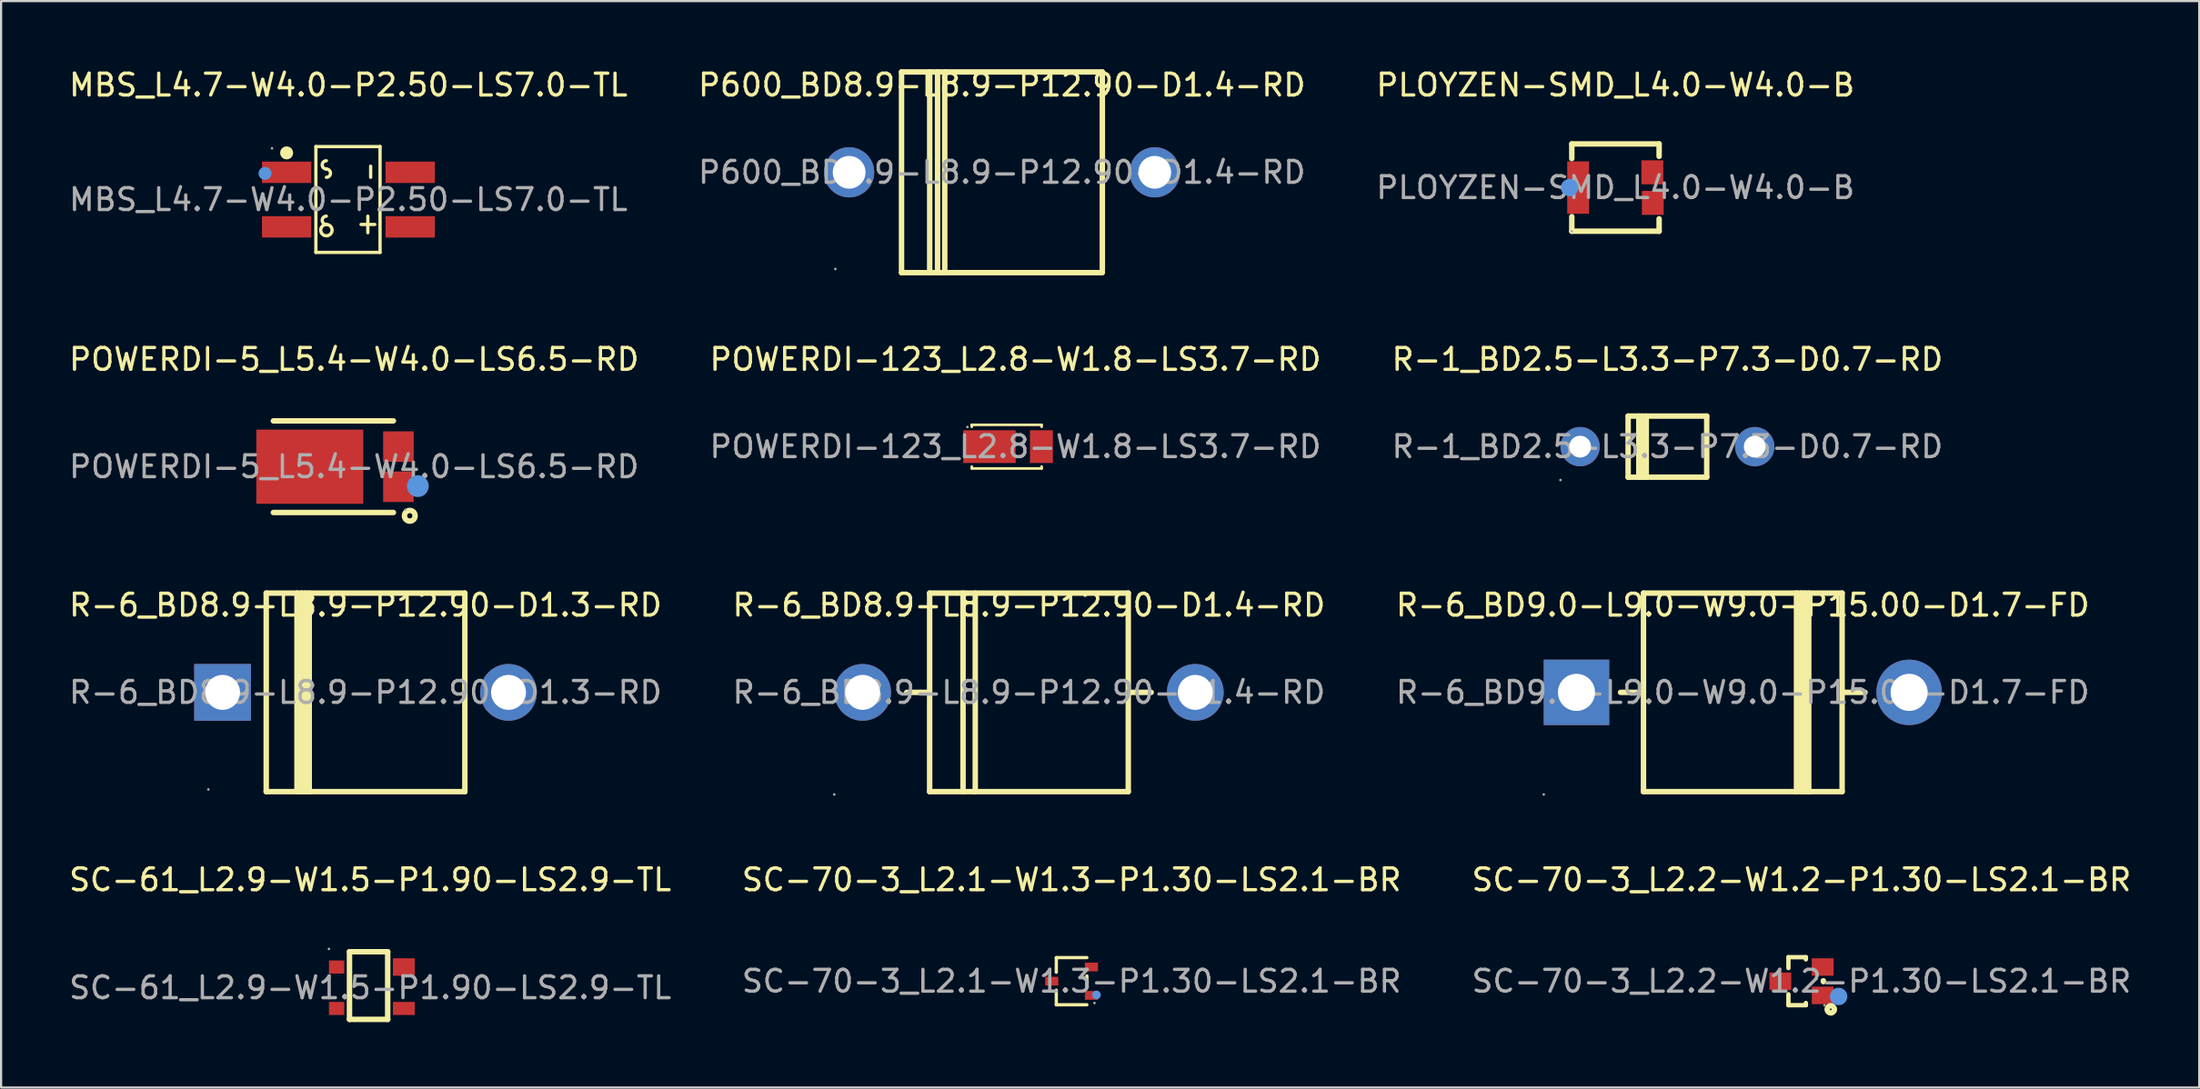
<source format=kicad_pcb>
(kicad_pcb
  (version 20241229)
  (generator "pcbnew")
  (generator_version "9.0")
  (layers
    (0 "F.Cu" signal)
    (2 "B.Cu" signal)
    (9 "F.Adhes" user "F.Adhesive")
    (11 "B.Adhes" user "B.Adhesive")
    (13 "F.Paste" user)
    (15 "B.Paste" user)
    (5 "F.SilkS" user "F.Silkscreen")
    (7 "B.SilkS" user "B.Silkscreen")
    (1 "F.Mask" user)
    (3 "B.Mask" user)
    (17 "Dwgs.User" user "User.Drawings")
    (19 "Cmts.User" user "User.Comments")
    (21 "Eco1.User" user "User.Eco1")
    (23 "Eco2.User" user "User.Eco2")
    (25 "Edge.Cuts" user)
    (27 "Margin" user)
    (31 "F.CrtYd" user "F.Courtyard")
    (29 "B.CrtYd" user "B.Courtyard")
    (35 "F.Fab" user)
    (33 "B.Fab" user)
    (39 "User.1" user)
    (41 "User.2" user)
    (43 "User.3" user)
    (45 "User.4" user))
  (footprint "R-1_BD2.5-L3.3-P7.3-D0.7-RD"
    (layer "F.Cu")
    (at 73.339 17.422)
    (property "Reference" "R-1_BD2.5-L3.3-P7.3-D0.7-RD" (at 0 -4 0) (layer "F.SilkS") (effects (font (size 1 1) (thickness 0.15))))
    (attr through_hole)
    (fp_line (start -1.8 -1.4) (end -1.8 1.4) (stroke (width 0.25) (type solid)) (layer "F.SilkS"))
    (fp_line (start -1.8 -1.4) (end 1.8 -1.4) (stroke (width 0.25) (type solid)) (layer "F.SilkS"))
    (fp_line (start -1.8 1.4) (end 1.8 1.4) (stroke (width 0.25) (type solid)) (layer "F.SilkS"))
    (fp_line (start -1.31 1.4) (end -1.31 -1.4) (stroke (width 0.25) (type solid)) (layer "F.SilkS"))
    (fp_line (start -1.15 1.4) (end -1.15 -1.4) (stroke (width 0.25) (type solid)) (layer "F.SilkS"))
    (fp_line (start -0.97 1.4) (end -0.97 -1.4) (stroke (width 0.25) (type solid)) (layer "F.SilkS"))
    (fp_line (start 1.8 -1.4) (end 1.8 1.4) (stroke (width 0.25) (type solid)) (layer "F.SilkS"))
    (fp_circle (center -4.9 1.53) (end -4.87 1.53) (stroke (width 0.06) (type solid)) (fill no) (layer "F.Fab"))
    (fp_circle (center -4 0) (end -3.8 0) (stroke (width 0.4) (type solid)) (fill no) (layer "F.Fab"))
    (fp_circle (center 4 0) (end 4.2 0) (stroke (width 0.4) (type solid)) (fill no) (layer "F.Fab"))
    (fp_text user "${REFERENCE}" (at 0 0 0) (layer "F.Fab") (effects (font (size 1 1) (thickness 0.15))))
    (pad "1" thru_hole circle (at -4 0 180) (size 1.8 1.8) (drill 1) (layers "*.Cu" "*.Paste" "*.Mask"))
    (pad "2" thru_hole circle (at 4 0 180) (size 1.8 1.8) (drill 1) (layers "*.Cu" "*.Paste" "*.Mask")))
  (footprint "SC-70-3_L2.1-W1.3-P1.30-LS2.1-BR"
    (layer "F.Cu")
    (at 46.042 41.923)
    (property "Reference" "SC-70-3_L2.1-W1.3-P1.30-LS2.1-BR" (at 0 -4.65 0) (layer "F.SilkS") (effects (font (size 1 1) (thickness 0.15))))
    (attr through_hole)
    (fp_line (start -0.7 -1.08) (end -0.7 -0.41) (stroke (width 0.15) (type solid)) (layer "F.SilkS"))
    (fp_line (start -0.7 1.08) (end -0.7 0.41) (stroke (width 0.15) (type solid)) (layer "F.SilkS"))
    (fp_line (start 0.7 -1.08) (end -0.7 -1.08) (stroke (width 0.15) (type solid)) (layer "F.SilkS"))
    (fp_line (start 0.7 -0.24) (end 0.7 0.24) (stroke (width 0.15) (type solid)) (layer "F.SilkS"))
    (fp_line (start 0.7 1.08) (end -0.7 1.08) (stroke (width 0.15) (type solid)) (layer "F.SilkS"))
    (fp_circle (center 1.14 0.63) (end 1.24 0.63) (stroke (width 0.2) (type solid)) (fill no) (layer "Cmts.User"))
    (fp_circle (center 1.05 1) (end 1.08 1) (stroke (width 0.06) (type solid)) (fill no) (layer "F.Fab"))
    (fp_text user "${REFERENCE}" (at 0 0 0) (layer "F.Fab") (effects (font (size 1 1) (thickness 0.15))))
    (pad "1" smd rect (at 0.91 0.65) (size 0.6 0.4) (layers "F.Cu" "F.Mask" "F.Paste"))
    (pad "2" smd rect (at 0.91 -0.65) (size 0.6 0.4) (layers "F.Cu" "F.Mask" "F.Paste"))
    (pad "3" smd rect (at -0.91 0) (size 0.6 0.4) (layers "F.Cu" "F.Mask" "F.Paste")))
  (footprint "MBS_L4.7-W4.0-P2.50-LS7.0-TL"
    (layer "F.Cu")
    (at 12.911 6.098)
    (property "Reference" "MBS_L4.7-W4.0-P2.50-LS7.0-TL" (at 0 -5.25 0) (layer "F.SilkS") (effects (font (size 1 1) (thickness 0.15))))
    (attr through_hole)
    (fp_line (start -1.49 -2.43) (end -1.49 2.42) (stroke (width 0.15) (type solid)) (layer "F.SilkS"))
    (fp_line (start -1.49 2.42) (end 1.45 2.42) (stroke (width 0.15) (type solid)) (layer "F.SilkS"))
    (fp_line (start 0.58 1.14) (end 1.21 1.14) (stroke (width 0.15) (type solid)) (layer "F.SilkS"))
    (fp_line (start 0.89 0.76) (end 0.89 1.52) (stroke (width 0.15) (type solid)) (layer "F.SilkS"))
    (fp_line (start 1.02 -1.53) (end 1.02 -1.02) (stroke (width 0.15) (type solid)) (layer "F.SilkS"))
    (fp_line (start 1.45 -2.43) (end -1.49 -2.43) (stroke (width 0.15) (type solid)) (layer "F.SilkS"))
    (fp_line (start 1.45 2.42) (end 1.45 -2.43) (stroke (width 0.15) (type solid)) (layer "F.SilkS"))
    (fp_arc (start -1.01 -1.4) (mid -1.2 -1.59) (end -1.01 -1.78) (stroke (width 0.15) (type solid)) (layer "F.SilkS"))
    (fp_arc (start -1.01 -1.4) (mid -0.82 -1.21) (end -1.01 -1.02) (stroke (width 0.15) (type solid)) (layer "F.SilkS"))
    (fp_arc (start -1.01 1.14) (mid -1.2 0.95) (end -1.01 0.76) (stroke (width 0.15) (type solid)) (layer "F.SilkS"))
    (fp_arc (start -1.005462 1.14004) (mid -1.012269 1.65999) (end -1.01 1.14) (stroke (width 0.15) (type solid)) (layer "F.SilkS"))
    (fp_circle (center -2.83 -2.14) (end -2.68 -2.14) (stroke (width 0.3) (type solid)) (fill no) (layer "F.SilkS"))
    (fp_circle (center -3.82 -1.2) (end -3.67 -1.2) (stroke (width 0.3) (type solid)) (fill no) (layer "Cmts.User"))
    (fp_circle (center -3.5 -2.35) (end -3.47 -2.35) (stroke (width 0.06) (type solid)) (fill no) (layer "F.Fab"))
    (fp_text user "${REFERENCE}" (at 0 0 0) (layer "F.Fab") (effects (font (size 1 1) (thickness 0.15))))
    (pad "1" smd rect (at -2.83 -1.25 270) (size 0.98 2.26) (layers "F.Cu" "F.Mask" "F.Paste"))
    (pad "2" smd rect (at -2.83 1.25 270) (size 0.98 2.26) (layers "F.Cu" "F.Mask" "F.Paste"))
    (pad "3" smd rect (at 2.83 1.25 270) (size 0.98 2.26) (layers "F.Cu" "F.Mask" "F.Paste"))
    (pad "4" smd rect (at 2.83 -1.25 270) (size 0.98 2.26) (layers "F.Cu" "F.Mask" "F.Paste")))
  (footprint "PLOYZEN-SMD_L4.0-W4.0-B"
    (layer "F.Cu")
    (at 70.958 5.548)
    (property "Reference" "PLOYZEN-SMD_L4.0-W4.0-B" (at 0 -4.7 0) (layer "F.SilkS") (effects (font (size 1 1) (thickness 0.15))))
    (attr through_hole)
    (fp_line (start -2 -2) (end 2 -2) (stroke (width 0.25) (type solid)) (layer "F.SilkS"))
    (fp_line (start -2 -1.33) (end -2 -2) (stroke (width 0.25) (type solid)) (layer "F.SilkS"))
    (fp_line (start -2 2) (end -2 1.33) (stroke (width 0.25) (type solid)) (layer "F.SilkS"))
    (fp_line (start 2 -2) (end 2 -1.43) (stroke (width 0.25) (type solid)) (layer "F.SilkS"))
    (fp_line (start 2 1.43) (end 2 2) (stroke (width 0.25) (type solid)) (layer "F.SilkS"))
    (fp_line (start 2 2) (end -2 2) (stroke (width 0.25) (type solid)) (layer "F.SilkS"))
    (fp_circle (center -2.1 0) (end -1.9 0) (stroke (width 0.4) (type solid)) (fill no) (layer "Cmts.User"))
    (fp_circle (center -2 2) (end -1.97 2) (stroke (width 0.06) (type solid)) (fill no) (layer "F.Fab"))
    (fp_text user "${REFERENCE}" (at 0 0 0) (layer "F.Fab") (effects (font (size 1 1) (thickness 0.15))))
    (pad "1" smd rect (at -1.71 0) (size 1 2.4) (layers "F.Cu" "F.Mask" "F.Paste"))
    (pad "2" smd rect (at 1.69 -0.7) (size 1 1.1) (layers "F.Cu" "F.Mask" "F.Paste"))
    (pad "3" smd rect (at 1.71 0.7) (size 1 1.1) (layers "F.Cu" "F.Mask" "F.Paste")))
  (footprint "POWERDI-5_L5.4-W4.0-LS6.5-RD"
    (layer "F.Cu")
    (at 13.173 18.341)
    (property "Reference" "POWERDI-5_L5.4-W4.0-LS6.5-RD" (at 0 -4.92 0) (layer "F.SilkS") (effects (font (size 1 1) (thickness 0.15))))
    (attr through_hole)
    (fp_line (start -3.7 2.1) (end 1.8 2.1) (stroke (width 0.25) (type solid)) (layer "F.SilkS"))
    (fp_line (start 1.8 -2.1) (end -3.7 -2.1) (stroke (width 0.25) (type solid)) (layer "F.SilkS"))
    (fp_circle (center 2.55 2.25) (end 2.67 2.25) (stroke (width 0.25) (type solid)) (fill no) (layer "F.SilkS"))
    (fp_circle (center 2.92 0.89) (end 3.17 0.89) (stroke (width 0.5) (type solid)) (fill no) (layer "Cmts.User"))
    (fp_circle (center 2.35 1.98) (end 2.38 1.98) (stroke (width 0.06) (type solid)) (fill no) (layer "F.Fab"))
    (fp_text user "${REFERENCE}" (at 0 0 0) (layer "F.Fab") (effects (font (size 1 1) (thickness 0.15))))
    (pad "1" smd rect (at 2.03 0.92 90) (size 1.4 1.4) (layers "F.Cu" "F.Mask" "F.Paste"))
    (pad "2" smd rect (at 2.03 -0.92 90) (size 1.4 1.4) (layers "F.Cu" "F.Mask" "F.Paste"))
    (pad "3" smd rect (at -2.03 0 90) (size 3.4 4.9) (layers "F.Cu" "F.Mask" "F.Paste")))
  (footprint "P600_BD8.9-L8.9-P12.90-D1.4-RD"
    (layer "F.Cu")
    (at 42.851 4.848)
    (property "Reference" "P600_BD8.9-L8.9-P12.90-D1.4-RD" (at 0 -4 0) (layer "F.SilkS") (effects (font (size 1 1) (thickness 0.15))))
    (attr through_hole)
    (fp_line (start -4.6 -4.6) (end -4.6 4.6) (stroke (width 0.25) (type solid)) (layer "F.SilkS"))
    (fp_line (start -4.6 -4.6) (end 4.6 -4.6) (stroke (width 0.25) (type solid)) (layer "F.SilkS"))
    (fp_line (start -4.6 4.6) (end 4.6 4.6) (stroke (width 0.25) (type solid)) (layer "F.SilkS"))
    (fp_line (start -3.31 -4.6) (end -3.31 4.6) (stroke (width 0.25) (type solid)) (layer "F.SilkS"))
    (fp_line (start -2.95 -4.6) (end -2.95 4.6) (stroke (width 0.25) (type solid)) (layer "F.SilkS"))
    (fp_line (start -2.62 -4.6) (end -2.62 4.6) (stroke (width 0.25) (type solid)) (layer "F.SilkS"))
    (fp_line (start 4.6 -4.6) (end 4.6 4.5) (stroke (width 0.25) (type solid)) (layer "F.SilkS"))
    (fp_circle (center -7.63 4.43) (end -7.6 4.43) (stroke (width 0.06) (type solid)) (fill no) (layer "F.Fab"))
    (fp_circle (center -7 0) (end -6.68 0) (stroke (width 0.64) (type solid)) (fill no) (layer "F.Fab"))
    (fp_circle (center 7 0) (end 7.32 0) (stroke (width 0.64) (type solid)) (fill no) (layer "F.Fab"))
    (fp_text user "${REFERENCE}" (at 0 0 0) (layer "F.Fab") (effects (font (size 1 1) (thickness 0.15))))
    (pad "1" thru_hole circle (at -7 0) (size 2.3 2.3) (drill 1.5) (layers "*.Cu" "*.Paste" "*.Mask"))
    (pad "2" thru_hole circle (at 7 0) (size 2.3 2.3) (drill 1.5) (layers "*.Cu" "*.Paste" "*.Mask")))
  (footprint "R-6_BD9.0-L9.0-W9.0-P15.00-D1.7-FD"
    (layer "F.Cu")
    (at 76.792 28.685)
    (property "Reference" "R-6_BD9.0-L9.0-W9.0-P15.00-D1.7-FD" (at 0 -4 0) (layer "F.SilkS") (effects (font (size 1 1) (thickness 0.15))))
    (attr through_hole)
    (fp_line (start -5.6 0) (end -4.55 0) (stroke (width 0.25) (type solid)) (layer "F.SilkS"))
    (fp_line (start -4.55 -4.55) (end -4.55 4.55) (stroke (width 0.25) (type solid)) (layer "F.SilkS"))
    (fp_line (start -4.55 -4.55) (end 4.55 -4.55) (stroke (width 0.25) (type solid)) (layer "F.SilkS"))
    (fp_line (start 2.46 4.55) (end 2.46 -4.55) (stroke (width 0.25) (type solid)) (layer "F.SilkS"))
    (fp_line (start 2.67 4.55) (end 2.67 -4.55) (stroke (width 0.25) (type solid)) (layer "F.SilkS"))
    (fp_line (start 2.84 4.55) (end 2.84 -4.55) (stroke (width 0.25) (type solid)) (layer "F.SilkS"))
    (fp_line (start 3.02 4.55) (end 3.02 -4.55) (stroke (width 0.25) (type solid)) (layer "F.SilkS"))
    (fp_line (start 4.55 4.55) (end -4.55 4.55) (stroke (width 0.25) (type solid)) (layer "F.SilkS"))
    (fp_line (start 4.55 4.55) (end 4.55 -4.55) (stroke (width 0.25) (type solid)) (layer "F.SilkS"))
    (fp_line (start 4.58 0) (end 5.6 0) (stroke (width 0.25) (type solid)) (layer "F.SilkS"))
    (fp_circle (center -9.12 4.68) (end -9.09 4.68) (stroke (width 0.06) (type solid)) (fill no) (layer "F.Fab"))
    (fp_circle (center -7.62 0) (end -7.24 0) (stroke (width 0.75) (type solid)) (fill no) (layer "F.Fab"))
    (fp_circle (center 7.62 0) (end 8 0) (stroke (width 0.75) (type solid)) (fill no) (layer "F.Fab"))
    (fp_text user "${REFERENCE}" (at 0 0 0) (layer "F.Fab") (effects (font (size 1 1) (thickness 0.15))))
    (pad "1" thru_hole rect (at -7.62 0 180) (size 3 3) (drill 1.7) (layers "*.Cu" "*.Paste" "*.Mask"))
    (pad "2" thru_hole circle (at 7.62 0 180) (size 3 3) (drill 1.7) (layers "*.Cu" "*.Paste" "*.Mask")))
  (footprint "POWERDI-123_L2.8-W1.8-LS3.7-RD"
    (layer "F.Cu")
    (at 43.47 17.422)
    (property "Reference" "POWERDI-123_L2.8-W1.8-LS3.7-RD" (at 0 -4 0) (layer "F.SilkS") (effects (font (size 1 1) (thickness 0.15))))
    (attr through_hole)
    (fp_line (start -2 -1) (end -2 -0.91) (stroke (width 0.12) (type solid)) (layer "F.SilkS"))
    (fp_line (start -2 0.91) (end -2 1) (stroke (width 0.12) (type solid)) (layer "F.SilkS"))
    (fp_line (start -2 1) (end 1.2 1) (stroke (width 0.12) (type solid)) (layer "F.SilkS"))
    (fp_line (start 1.19 -1) (end -2.01 -1) (stroke (width 0.12) (type solid)) (layer "F.SilkS"))
    (fp_line (start 1.2 -1) (end 1.2 -0.91) (stroke (width 0.12) (type solid)) (layer "F.SilkS"))
    (fp_line (start 1.2 0.91) (end 1.2 1) (stroke (width 0.12) (type solid)) (layer "F.SilkS"))
    (fp_circle (center -2.2 -0.9) (end -2.17 -0.9) (stroke (width 0.06) (type solid)) (fill no) (layer "F.Fab"))
    (fp_text user "${REFERENCE}" (at 0 0 0) (layer "F.Fab") (effects (font (size 1 1) (thickness 0.15))))
    (pad "1" smd rect (at -1.19 0 180) (size 2.4 1.5) (layers "F.Cu" "F.Mask" "F.Paste"))
    (pad "2" smd rect (at 1.19 0 180) (size 1.05 1.5) (layers "F.Cu" "F.Mask" "F.Paste")))
  (footprint "SC-61_L2.9-W1.5-P1.90-LS2.9-TL"
    (layer "F.Cu")
    (at 13.911 42.223)
    (property "Reference" "SC-61_L2.9-W1.5-P1.90-LS2.9-TL" (at 0 -4.95 0) (layer "F.SilkS") (effects (font (size 1 1) (thickness 0.15))))
    (attr through_hole)
    (fp_line (start -0.95 -1.65) (end -0.95 1.45) (stroke (width 0.25) (type solid)) (layer "F.SilkS"))
    (fp_line (start -0.95 -1.65) (end 0.8 -1.65) (stroke (width 0.25) (type solid)) (layer "F.SilkS"))
    (fp_line (start -0.95 1.45) (end 0.8 1.45) (stroke (width 0.25) (type solid)) (layer "F.SilkS"))
    (fp_line (start 0.8 -1.65) (end 0.8 1.45) (stroke (width 0.25) (type solid)) (layer "F.SilkS"))
    (fp_circle (center -1.89 -1.78) (end -1.86 -1.78) (stroke (width 0.06) (type solid)) (fill no) (layer "F.Fab"))
    (fp_text user "${REFERENCE}" (at 0 0 0) (layer "F.Fab") (effects (font (size 1 1) (thickness 0.15))))
    (pad "1" smd rect (at -1.54 -0.95) (size 0.7 0.6) (layers "F.Cu" "F.Mask" "F.Paste"))
    (pad "2" smd rect (at -1.54 0.95 180) (size 0.7 0.6) (layers "F.Cu" "F.Mask" "F.Paste"))
    (pad "3" smd rect (at 1.54 0.95 180) (size 1 0.6) (layers "F.Cu" "F.Mask" "F.Paste"))
    (pad "4" smd rect (at 1.54 -0.95 180) (size 1 0.8) (layers "F.Cu" "F.Mask" "F.Paste")))
  (footprint "R-6_BD8.9-L8.9-P12.90-D1.3-RD"
    (layer "F.Cu")
    (at 13.696 28.685)
    (property "Reference" "R-6_BD8.9-L8.9-P12.90-D1.3-RD" (at 0 -4 0) (layer "F.SilkS") (effects (font (size 1 1) (thickness 0.15))))
    (attr through_hole)
    (fp_line (start -4.55 -4.55) (end -4.55 4.55) (stroke (width 0.25) (type solid)) (layer "F.SilkS"))
    (fp_line (start -4.55 -4.55) (end 4.55 -4.55) (stroke (width 0.25) (type solid)) (layer "F.SilkS"))
    (fp_line (start -3.14 4.55) (end -3.14 -4.55) (stroke (width 0.25) (type solid)) (layer "F.SilkS"))
    (fp_line (start -2.93 4.55) (end -2.93 -4.55) (stroke (width 0.25) (type solid)) (layer "F.SilkS"))
    (fp_line (start -2.76 4.55) (end -2.76 -4.55) (stroke (width 0.25) (type solid)) (layer "F.SilkS"))
    (fp_line (start -2.58 4.55) (end -2.58 -4.55) (stroke (width 0.25) (type solid)) (layer "F.SilkS"))
    (fp_line (start 4.55 4.55) (end -4.55 4.55) (stroke (width 0.25) (type solid)) (layer "F.SilkS"))
    (fp_line (start 4.55 4.55) (end 4.55 -4.55) (stroke (width 0.25) (type solid)) (layer "F.SilkS"))
    (fp_circle (center -7.2 4.45) (end -7.17 4.45) (stroke (width 0.06) (type solid)) (fill no) (layer "F.Fab"))
    (fp_circle (center -6.55 0) (end -6.22 0) (stroke (width 0.65) (type solid)) (fill no) (layer "F.Fab"))
    (fp_circle (center 6.55 0) (end 6.88 0) (stroke (width 0.65) (type solid)) (fill no) (layer "F.Fab"))
    (fp_text user "${REFERENCE}" (at 0 0 0) (layer "F.Fab") (effects (font (size 1 1) (thickness 0.15))))
    (pad "1" thru_hole rect (at -6.55 0 180) (size 2.6 2.6) (drill 1.6) (layers "*.Cu" "*.Paste" "*.Mask"))
    (pad "2" thru_hole circle (at 6.55 0 180) (size 2.6 2.6) (drill 1.6) (layers "*.Cu" "*.Paste" "*.Mask")))
  (footprint "R-6_BD8.9-L8.9-P12.90-D1.4-RD"
    (layer "F.Cu")
    (at 44.089 28.685)
    (property "Reference" "R-6_BD8.9-L8.9-P12.90-D1.4-RD" (at 0 -4 0) (layer "F.SilkS") (effects (font (size 1 1) (thickness 0.15))))
    (attr through_hole)
    (fp_line (start -4.58 0) (end -5.6 0) (stroke (width 0.25) (type solid)) (layer "F.SilkS"))
    (fp_line (start -4.55 -4.55) (end -4.55 4.55) (stroke (width 0.25) (type solid)) (layer "F.SilkS"))
    (fp_line (start -4.55 -4.55) (end 4.55 -4.55) (stroke (width 0.25) (type solid)) (layer "F.SilkS"))
    (fp_line (start -3.02 -4.55) (end -3.02 4.55) (stroke (width 0.25) (type solid)) (layer "F.SilkS"))
    (fp_line (start -2.46 -4.55) (end -2.46 4.55) (stroke (width 0.25) (type solid)) (layer "F.SilkS"))
    (fp_line (start 4.55 4.55) (end -4.55 4.55) (stroke (width 0.25) (type solid)) (layer "F.SilkS"))
    (fp_line (start 4.55 4.55) (end 4.55 -4.55) (stroke (width 0.25) (type solid)) (layer "F.SilkS"))
    (fp_line (start 5.6 0) (end 4.55 0) (stroke (width 0.25) (type solid)) (layer "F.SilkS"))
    (fp_circle (center -8.92 4.68) (end -8.89 4.68) (stroke (width 0.06) (type solid)) (fill no) (layer "F.Fab"))
    (fp_circle (center -7.62 0) (end -7.27 0) (stroke (width 0.7) (type solid)) (fill no) (layer "F.Fab"))
    (fp_circle (center 7.62 0) (end 7.97 0) (stroke (width 0.7) (type solid)) (fill no) (layer "F.Fab"))
    (fp_text user "${REFERENCE}" (at 0 0 0) (layer "F.Fab") (effects (font (size 1 1) (thickness 0.15))))
    (pad "1" thru_hole circle (at -7.62 0) (size 2.6 2.6) (drill 1.6) (layers "*.Cu" "*.Paste" "*.Mask"))
    (pad "2" thru_hole circle (at 7.62 0) (size 2.6 2.6) (drill 1.6) (layers "*.Cu" "*.Paste" "*.Mask")))
  (footprint "SC-70-3_L2.2-W1.2-P1.30-LS2.1-BR"
    (layer "F.Cu")
    (at 79.482 41.923)
    (property "Reference" "SC-70-3_L2.2-W1.2-P1.30-LS2.1-BR" (at 0 -4.65 0) (layer "F.SilkS") (effects (font (size 1 1) (thickness 0.15))))
    (attr through_hole)
    (fp_line (start -0.6 -1.1) (end -0.6 -0.6) (stroke (width 0.2) (type solid)) (layer "F.SilkS"))
    (fp_line (start -0.6 1.1) (end -0.6 0.6) (stroke (width 0.2) (type solid)) (layer "F.SilkS"))
    (fp_line (start 0.2 -1.1) (end -0.6 -1.1) (stroke (width 0.2) (type solid)) (layer "F.SilkS"))
    (fp_line (start 0.2 -1) (end 0.2 -1.1) (stroke (width 0.2) (type solid)) (layer "F.SilkS"))
    (fp_line (start 0.2 1) (end 0.2 1.1) (stroke (width 0.2) (type solid)) (layer "F.SilkS"))
    (fp_line (start 0.2 1.1) (end -0.6 1.1) (stroke (width 0.2) (type solid)) (layer "F.SilkS"))
    (fp_line (start 1 0.02) (end 1 -0.02) (stroke (width 0.25) (type solid)) (layer "F.SilkS"))
    (fp_circle (center 1.34 1.29) (end 1.38 1.29) (stroke (width 0.25) (type solid)) (fill no) (layer "F.SilkS"))
    (fp_circle (center 1.7 0.7) (end 1.9 0.7) (stroke (width 0.4) (type solid)) (fill no) (layer "Cmts.User"))
    (fp_circle (center 1.05 1.1) (end 1.08 1.1) (stroke (width 0.06) (type solid)) (fill no) (layer "F.Fab"))
    (fp_text user "${REFERENCE}" (at 0 0 0) (layer "F.Fab") (effects (font (size 1 1) (thickness 0.15))))
    (pad "1" smd rect (at 0.97 0.65 90) (size 0.8 1) (layers "F.Cu" "F.Mask" "F.Paste"))
    (pad "2" smd rect (at 0.97 -0.65 90) (size 0.8 1) (layers "F.Cu" "F.Mask" "F.Paste"))
    (pad "3" smd rect (at -0.97 0 90) (size 0.8 1) (layers "F.Cu" "F.Mask" "F.Paste")))
  (gr_rect
    (start -3 -3)
    (end 97.702 46.798)
    (stroke (width 0.1) (type default))
    (fill no)
    (layer "Edge.Cuts")))
</source>
